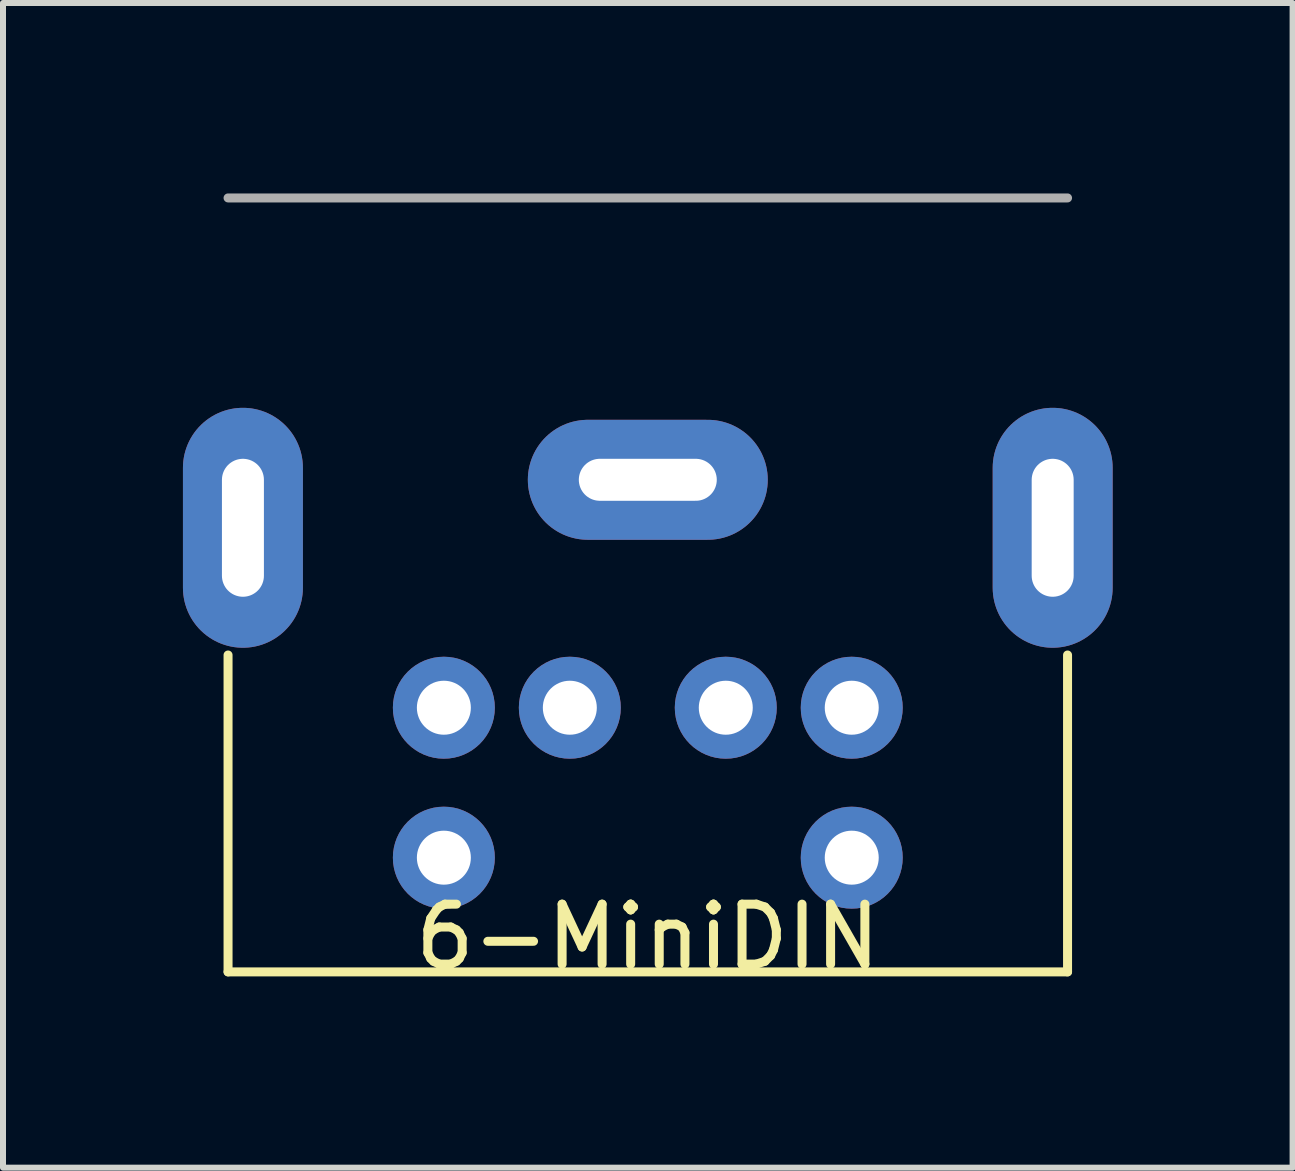
<source format=kicad_pcb>
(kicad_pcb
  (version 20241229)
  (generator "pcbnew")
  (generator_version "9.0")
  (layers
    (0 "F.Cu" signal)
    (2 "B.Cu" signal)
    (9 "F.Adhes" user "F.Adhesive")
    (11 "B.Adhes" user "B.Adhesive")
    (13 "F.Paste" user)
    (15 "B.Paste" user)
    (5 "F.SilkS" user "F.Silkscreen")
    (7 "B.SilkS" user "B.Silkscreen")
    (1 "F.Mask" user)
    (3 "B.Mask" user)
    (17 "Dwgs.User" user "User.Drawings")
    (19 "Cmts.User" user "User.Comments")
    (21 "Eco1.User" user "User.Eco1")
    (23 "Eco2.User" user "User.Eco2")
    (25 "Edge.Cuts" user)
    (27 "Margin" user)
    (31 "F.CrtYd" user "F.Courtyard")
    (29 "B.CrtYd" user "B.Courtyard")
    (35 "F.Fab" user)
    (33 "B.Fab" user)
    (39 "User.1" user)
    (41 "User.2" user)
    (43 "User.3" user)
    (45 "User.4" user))
  (footprint "6-MiniDIN"
    (layer "F.Cu")
    (at 7.75 0.25)
    (property "Reference" "6-MiniDIN" (at 0 12.319 0) (layer "F.SilkS") (effects (font (size 1 1) (thickness 0.15))))
    (attr through_hole)
    (fp_line (start -6.998 7.62) (end -6.998 12.903) (stroke (width 0.15) (type solid)) (layer "F.SilkS"))
    (fp_line (start -6.998 12.903) (end 6.998 12.903) (stroke (width 0.15) (type solid)) (layer "F.SilkS"))
    (fp_line (start 6.998 12.903) (end 6.998 7.62) (stroke (width 0.15) (type solid)) (layer "F.SilkS"))
    (fp_line (start -6.998 0) (end 6.998 0) (stroke (width 0.15) (type solid)) (layer "F.Fab"))
    (pad "1" thru_hole circle (at -1.3 8.499 180) (size 1.7 1.7) (drill 0.9) (layers "*.Cu" "*.Mask"))
    (pad "2" thru_hole circle (at 1.3 8.499 180) (size 1.7 1.7) (drill 0.9) (layers "*.Cu" "*.Mask"))
    (pad "3" thru_hole circle (at -3.4 8.499 180) (size 1.7 1.7) (drill 0.9) (layers "*.Cu" "*.Mask"))
    (pad "4" thru_hole circle (at 3.4 8.499 180) (size 1.7 1.7) (drill 0.9) (layers "*.Cu" "*.Mask"))
    (pad "5" thru_hole circle (at -3.4 10.999 180) (size 1.7 1.7) (drill 0.9) (layers "*.Cu" "*.Mask"))
    (pad "6" thru_hole circle (at 3.4 10.999 180) (size 1.7 1.7) (drill 0.9) (layers "*.Cu" "*.Mask"))
    (pad "7" thru_hole oval (at 0 4.699 90) (size 2 4) (drill oval 0.7 2.3) (layers "*.Cu" "*.Mask"))
    (pad "8" thru_hole oval (at -6.75 5.499 180) (size 2 4) (drill oval 0.7 2.3) (layers "*.Cu" "*.Mask"))
    (pad "9" thru_hole oval (at 6.75 5.499 180) (size 2 4) (drill oval 0.7 2.3) (layers "*.Cu" "*.Mask")))
  (gr_rect
    (start -3 -3)
    (end 18.5 16.417)
    (stroke (width 0.1) (type default))
    (fill no)
    (layer "Edge.Cuts")))
</source>
